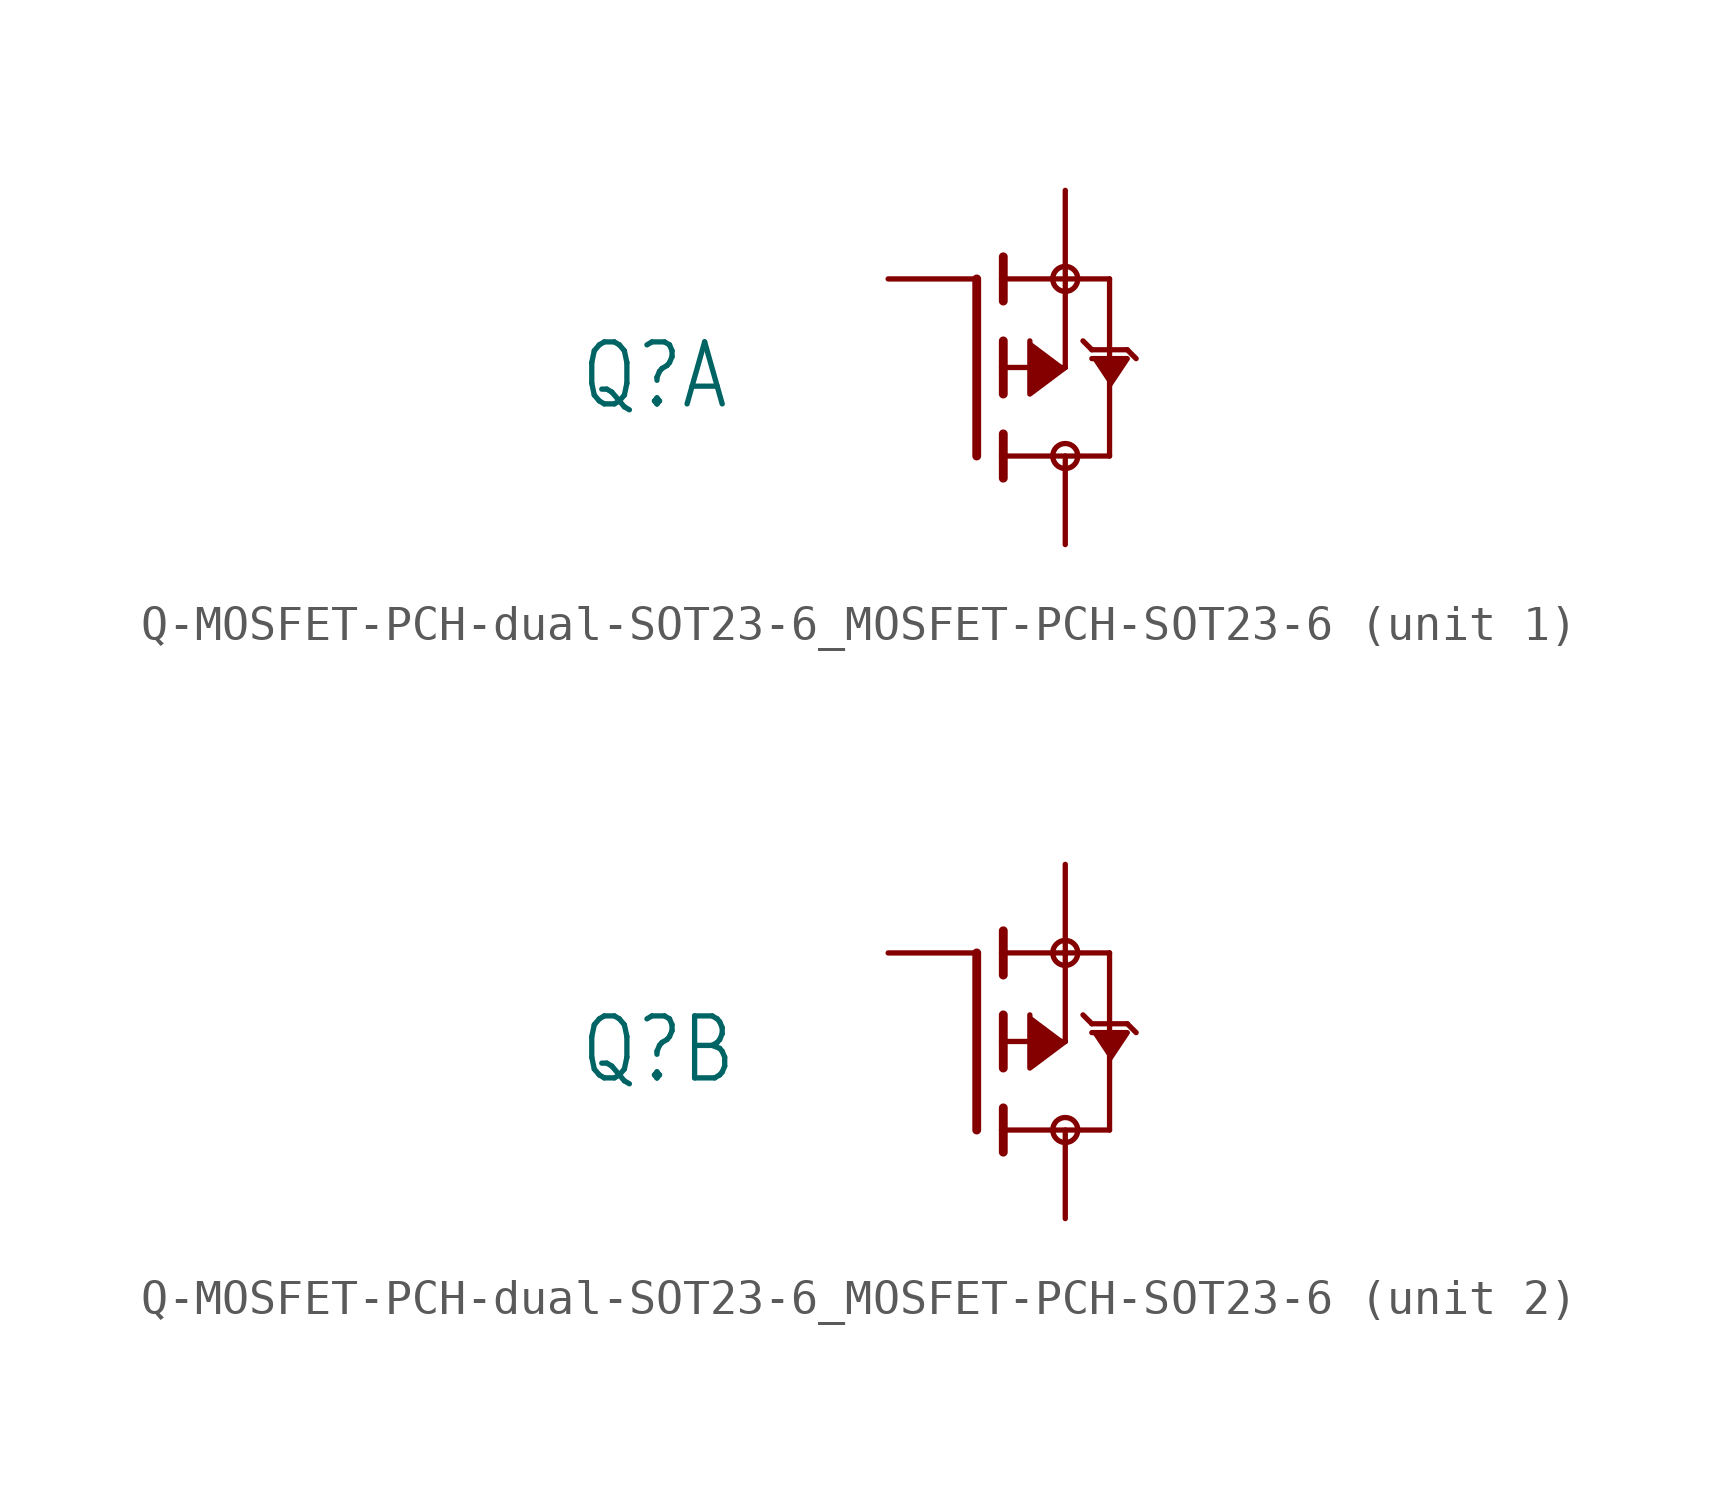
<source format=kicad_sym>
(kicad_symbol_lib
  (version 20241209)
  (generator "kicad_symbol_editor")
  (generator_version "9.0")
  (symbol "Q-MOSFET-PCH-dual-SOT23-6_MOSFET-PCH-SOT23-6"
    (property "Reference" "Q"
      (at -11.43 -1.27 0)
      (effects (font (size 1.778 1.511)) (justify left bottom)))
    (property "Value" ""
      (at -11.43 -3.81 0)
      (effects (font (size 1.778 1.511)) (justify left bottom)))
    (property "ki_locked" ""
      (at 0 0 0)
      (effects (font (size 1.27 1.27))))
    (symbol "Q-MOSFET-PCH-dual-SOT23-6_MOSFET-PCH-SOT23-6_1_0"
      (polyline (pts (xy 0 -2.54) (xy 0 2.54)) (stroke (width 0.254) (type solid)) (fill (type none)))
      (polyline (pts (xy 0.762 2.54) (xy 0.762 3.175)) (stroke (width 0.254) (type solid)) (fill (type none)))
      (polyline (pts (xy 0.762 1.905) (xy 0.762 2.54)) (stroke (width 0.254) (type solid)) (fill (type none)))
      (polyline (pts (xy 0.762 0) (xy 0.762 0.762)) (stroke (width 0.254) (type solid)) (fill (type none)))
      (polyline (pts (xy 0.762 0) (xy 2.54 0)) (stroke (width 0.152) (type solid)) (fill (type none)))
      (polyline (pts (xy 0.762 -0.762) (xy 0.762 0)) (stroke (width 0.254) (type solid)) (fill (type none)))
      (polyline (pts (xy 0.762 -2.54) (xy 0.762 -1.905)) (stroke (width 0.254) (type solid)) (fill (type none)))
      (polyline (pts (xy 0.762 -2.54) (xy 3.81 -2.54)) (stroke (width 0.152) (type solid)) (fill (type none)))
      (polyline (pts (xy 0.762 -3.175) (xy 0.762 -2.54)) (stroke (width 0.254) (type solid)) (fill (type none)))
      (polyline (pts (xy 2.54 2.54) (xy 0.762 2.54)) (stroke (width 0.152) (type solid)) (fill (type none)))
      (polyline (pts (xy 2.54 2.54) (xy 3.81 2.54)) (stroke (width 0.152) (type solid)) (fill (type none)))
      (circle (center 2.54 2.54) (radius 0.359) (stroke (width 0) (type solid)) (fill (type none)))
      (polyline (pts (xy 2.54 0) (xy 2.54 2.54)) (stroke (width 0.152) (type solid)) (fill (type none)))
      (polyline (pts (xy 2.54 0) (xy 1.524 -0.762) (xy 1.524 0.762)) (stroke (width 0.152) (type solid)) (fill (type outline)))
      (circle (center 2.54 -2.54) (radius 0.359) (stroke (width 0) (type solid)) (fill (type none)))
      (polyline (pts (xy 3.048 0.762) (xy 3.302 0.508)) (stroke (width 0.152) (type solid)) (fill (type none)))
      (polyline (pts (xy 3.302 0.508) (xy 3.81 0.508)) (stroke (width 0.152) (type solid)) (fill (type none)))
      (polyline (pts (xy 3.81 0.508) (xy 3.81 2.54)) (stroke (width 0.152) (type solid)) (fill (type none)))
      (polyline (pts (xy 3.81 0.508) (xy 4.318 0.508)) (stroke (width 0.152) (type solid)) (fill (type none)))
      (polyline (pts (xy 3.81 -0.508) (xy 4.318 0.254) (xy 3.302 0.254)) (stroke (width 0.152) (type solid)) (fill (type outline)))
      (polyline (pts (xy 3.81 -2.54) (xy 3.81 0.508)) (stroke (width 0.152) (type solid)) (fill (type none)))
      (polyline (pts (xy 4.318 0.508) (xy 4.572 0.254)) (stroke (width 0.152) (type solid)) (fill (type none)))
      (pin passive line (at -2.54 2.54 0) (length 2.54) (name "G" (effects (font (size 0 0)))) (number "1" (effects (font (size 0 0)))))
      (pin passive line (at 2.54 5.08 270) (length 2.54) (name "S" (effects (font (size 0 0)))) (number "5" (effects (font (size 0 0)))))
      (pin passive line (at 2.54 -5.08 90) (length 2.54) (name "D" (effects (font (size 0 0)))) (number "6" (effects (font (size 0 0))))))
    (symbol "Q-MOSFET-PCH-dual-SOT23-6_MOSFET-PCH-SOT23-6_2_0"
      (polyline (pts (xy 0 -2.54) (xy 0 2.54)) (stroke (width 0.254) (type solid)) (fill (type none)))
      (polyline (pts (xy 0.762 2.54) (xy 0.762 3.175)) (stroke (width 0.254) (type solid)) (fill (type none)))
      (polyline (pts (xy 0.762 1.905) (xy 0.762 2.54)) (stroke (width 0.254) (type solid)) (fill (type none)))
      (polyline (pts (xy 0.762 0) (xy 0.762 0.762)) (stroke (width 0.254) (type solid)) (fill (type none)))
      (polyline (pts (xy 0.762 0) (xy 2.54 0)) (stroke (width 0.152) (type solid)) (fill (type none)))
      (polyline (pts (xy 0.762 -0.762) (xy 0.762 0)) (stroke (width 0.254) (type solid)) (fill (type none)))
      (polyline (pts (xy 0.762 -2.54) (xy 0.762 -1.905)) (stroke (width 0.254) (type solid)) (fill (type none)))
      (polyline (pts (xy 0.762 -2.54) (xy 3.81 -2.54)) (stroke (width 0.152) (type solid)) (fill (type none)))
      (polyline (pts (xy 0.762 -3.175) (xy 0.762 -2.54)) (stroke (width 0.254) (type solid)) (fill (type none)))
      (polyline (pts (xy 2.54 2.54) (xy 0.762 2.54)) (stroke (width 0.152) (type solid)) (fill (type none)))
      (polyline (pts (xy 2.54 2.54) (xy 3.81 2.54)) (stroke (width 0.152) (type solid)) (fill (type none)))
      (circle (center 2.54 2.54) (radius 0.359) (stroke (width 0) (type solid)) (fill (type none)))
      (polyline (pts (xy 2.54 0) (xy 2.54 2.54)) (stroke (width 0.152) (type solid)) (fill (type none)))
      (polyline (pts (xy 2.54 0) (xy 1.524 -0.762) (xy 1.524 0.762)) (stroke (width 0.152) (type solid)) (fill (type outline)))
      (circle (center 2.54 -2.54) (radius 0.359) (stroke (width 0) (type solid)) (fill (type none)))
      (polyline (pts (xy 3.048 0.762) (xy 3.302 0.508)) (stroke (width 0.152) (type solid)) (fill (type none)))
      (polyline (pts (xy 3.302 0.508) (xy 3.81 0.508)) (stroke (width 0.152) (type solid)) (fill (type none)))
      (polyline (pts (xy 3.81 0.508) (xy 3.81 2.54)) (stroke (width 0.152) (type solid)) (fill (type none)))
      (polyline (pts (xy 3.81 0.508) (xy 4.318 0.508)) (stroke (width 0.152) (type solid)) (fill (type none)))
      (polyline (pts (xy 3.81 -0.508) (xy 4.318 0.254) (xy 3.302 0.254)) (stroke (width 0.152) (type solid)) (fill (type outline)))
      (polyline (pts (xy 3.81 -2.54) (xy 3.81 0.508)) (stroke (width 0.152) (type solid)) (fill (type none)))
      (polyline (pts (xy 4.318 0.508) (xy 4.572 0.254)) (stroke (width 0.152) (type solid)) (fill (type none)))
      (pin passive line (at -2.54 2.54 0) (length 2.54) (name "G" (effects (font (size 0 0)))) (number "3" (effects (font (size 0 0)))))
      (pin passive line (at 2.54 5.08 270) (length 2.54) (name "S" (effects (font (size 0 0)))) (number "2" (effects (font (size 0 0)))))
      (pin passive line (at 2.54 -5.08 90) (length 2.54) (name "D" (effects (font (size 0 0)))) (number "4" (effects (font (size 0 0))))))))
</source>
